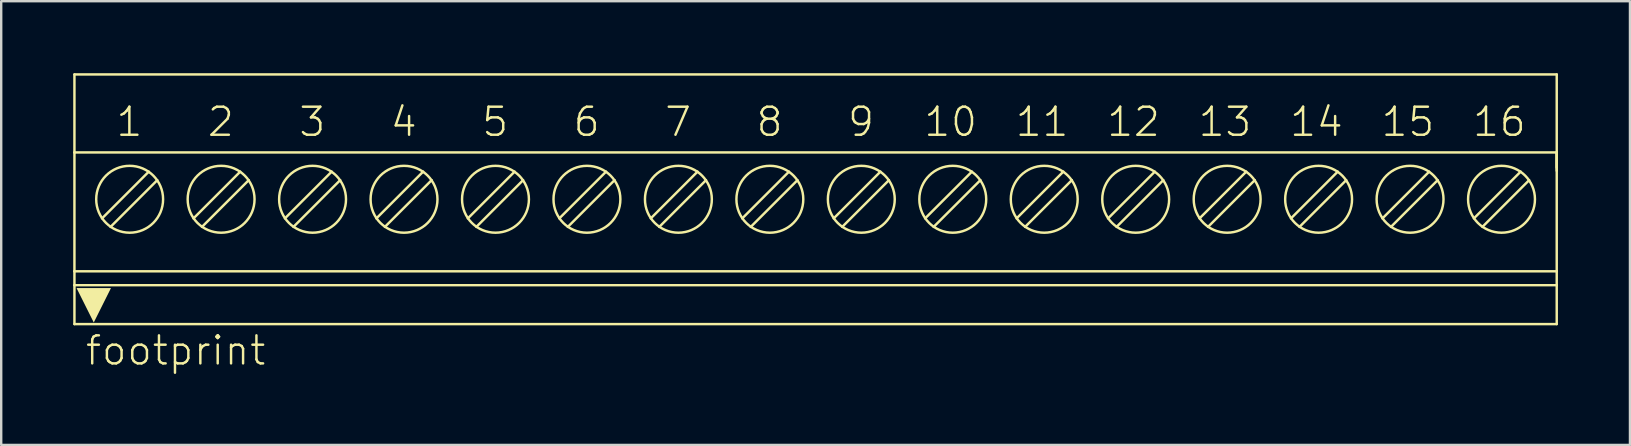
<source format=kicad_pcb>
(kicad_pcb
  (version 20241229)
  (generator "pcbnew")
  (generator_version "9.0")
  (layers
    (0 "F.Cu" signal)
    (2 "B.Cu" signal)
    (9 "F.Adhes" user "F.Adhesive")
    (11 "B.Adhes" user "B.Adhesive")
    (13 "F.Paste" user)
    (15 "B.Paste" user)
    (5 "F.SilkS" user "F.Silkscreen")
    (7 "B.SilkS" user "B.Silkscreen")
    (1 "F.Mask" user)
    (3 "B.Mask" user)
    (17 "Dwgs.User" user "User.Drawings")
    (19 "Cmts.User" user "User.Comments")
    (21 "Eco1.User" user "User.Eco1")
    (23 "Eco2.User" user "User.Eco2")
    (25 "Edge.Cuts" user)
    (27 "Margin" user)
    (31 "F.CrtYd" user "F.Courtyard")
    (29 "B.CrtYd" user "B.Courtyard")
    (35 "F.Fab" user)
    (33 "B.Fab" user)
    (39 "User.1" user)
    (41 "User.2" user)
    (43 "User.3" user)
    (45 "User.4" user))
  (footprint "footprint"
    (layer "F.Cu")
    (at 30.926 5.251)
    (property "Reference" "footprint" (at -30.48 6.985 0) (layer "F.SilkS") (effects (font (size 1.168 1.168) (thickness 0.102)) (justify left bottom)))
    (fp_line (start -30.875 -5.2) (end -30.875 -1.95) (stroke (width 0.102) (type solid)) (layer "F.SilkS"))
    (fp_line (start -30.875 -1.95) (end -30.875 3) (stroke (width 0.102) (type solid)) (layer "F.SilkS"))
    (fp_line (start -30.875 3) (end -30.875 3.58) (stroke (width 0.102) (type solid)) (layer "F.SilkS"))
    (fp_line (start -30.875 3) (end 30.875 3) (stroke (width 0.102) (type solid)) (layer "F.SilkS"))
    (fp_line (start -30.875 3.58) (end -30.875 5.2) (stroke (width 0.102) (type solid)) (layer "F.SilkS"))
    (fp_line (start -30.875 3.58) (end 30.875 3.58) (stroke (width 0.102) (type solid)) (layer "F.SilkS"))
    (fp_line (start -29.372 1.151) (end -27.424 -0.797) (stroke (width 0.102) (type solid)) (layer "F.SilkS"))
    (fp_line (start -27.778 -1.151) (end -29.726 0.797) (stroke (width 0.102) (type solid)) (layer "F.SilkS"))
    (fp_line (start -25.562 1.151) (end -23.614 -0.797) (stroke (width 0.102) (type solid)) (layer "F.SilkS"))
    (fp_line (start -23.968 -1.151) (end -25.916 0.797) (stroke (width 0.102) (type solid)) (layer "F.SilkS"))
    (fp_line (start -21.752 1.151) (end -19.804 -0.797) (stroke (width 0.102) (type solid)) (layer "F.SilkS"))
    (fp_line (start -20.158 -1.151) (end -22.106 0.797) (stroke (width 0.102) (type solid)) (layer "F.SilkS"))
    (fp_line (start -17.942 1.151) (end -15.994 -0.797) (stroke (width 0.102) (type solid)) (layer "F.SilkS"))
    (fp_line (start -16.348 -1.151) (end -18.296 0.797) (stroke (width 0.102) (type solid)) (layer "F.SilkS"))
    (fp_line (start -14.132 1.151) (end -12.184 -0.797) (stroke (width 0.102) (type solid)) (layer "F.SilkS"))
    (fp_line (start -12.538 -1.151) (end -14.486 0.797) (stroke (width 0.102) (type solid)) (layer "F.SilkS"))
    (fp_line (start -10.322 1.151) (end -8.374 -0.797) (stroke (width 0.102) (type solid)) (layer "F.SilkS"))
    (fp_line (start -8.728 -1.151) (end -10.676 0.797) (stroke (width 0.102) (type solid)) (layer "F.SilkS"))
    (fp_line (start -6.512 1.151) (end -4.564 -0.797) (stroke (width 0.102) (type solid)) (layer "F.SilkS"))
    (fp_line (start -4.918 -1.151) (end -6.866 0.797) (stroke (width 0.102) (type solid)) (layer "F.SilkS"))
    (fp_line (start -2.702 1.151) (end -0.754 -0.797) (stroke (width 0.102) (type solid)) (layer "F.SilkS"))
    (fp_line (start -1.108 -1.151) (end -3.056 0.797) (stroke (width 0.102) (type solid)) (layer "F.SilkS"))
    (fp_line (start 1.108 1.151) (end 3.056 -0.797) (stroke (width 0.102) (type solid)) (layer "F.SilkS"))
    (fp_line (start 2.702 -1.151) (end 0.754 0.797) (stroke (width 0.102) (type solid)) (layer "F.SilkS"))
    (fp_line (start 4.918 1.151) (end 6.866 -0.797) (stroke (width 0.102) (type solid)) (layer "F.SilkS"))
    (fp_line (start 6.512 -1.151) (end 4.564 0.797) (stroke (width 0.102) (type solid)) (layer "F.SilkS"))
    (fp_line (start 8.728 1.151) (end 10.676 -0.797) (stroke (width 0.102) (type solid)) (layer "F.SilkS"))
    (fp_line (start 10.322 -1.151) (end 8.374 0.797) (stroke (width 0.102) (type solid)) (layer "F.SilkS"))
    (fp_line (start 12.538 1.151) (end 14.486 -0.797) (stroke (width 0.102) (type solid)) (layer "F.SilkS"))
    (fp_line (start 14.132 -1.151) (end 12.184 0.797) (stroke (width 0.102) (type solid)) (layer "F.SilkS"))
    (fp_line (start 16.348 1.151) (end 18.296 -0.797) (stroke (width 0.102) (type solid)) (layer "F.SilkS"))
    (fp_line (start 17.942 -1.151) (end 15.994 0.797) (stroke (width 0.102) (type solid)) (layer "F.SilkS"))
    (fp_line (start 20.158 1.151) (end 22.106 -0.797) (stroke (width 0.102) (type solid)) (layer "F.SilkS"))
    (fp_line (start 21.752 -1.151) (end 19.804 0.797) (stroke (width 0.102) (type solid)) (layer "F.SilkS"))
    (fp_line (start 23.968 1.151) (end 25.916 -0.797) (stroke (width 0.102) (type solid)) (layer "F.SilkS"))
    (fp_line (start 25.562 -1.151) (end 23.614 0.797) (stroke (width 0.102) (type solid)) (layer "F.SilkS"))
    (fp_line (start 27.778 1.151) (end 29.726 -0.797) (stroke (width 0.102) (type solid)) (layer "F.SilkS"))
    (fp_line (start 29.372 -1.151) (end 27.424 0.797) (stroke (width 0.102) (type solid)) (layer "F.SilkS"))
    (fp_line (start 30.875 -5.2) (end -30.875 -5.2) (stroke (width 0.102) (type solid)) (layer "F.SilkS"))
    (fp_line (start 30.875 -1.95) (end -30.875 -1.95) (stroke (width 0.102) (type solid)) (layer "F.SilkS"))
    (fp_line (start 30.875 -1.95) (end 30.875 -5.2) (stroke (width 0.102) (type solid)) (layer "F.SilkS"))
    (fp_line (start 30.875 -1.95) (end 30.875 -1.317) (stroke (width 0.102) (type solid)) (layer "F.SilkS"))
    (fp_line (start 30.875 -1.95) (end 30.875 -1.186) (stroke (width 0.102) (type solid)) (layer "F.SilkS"))
    (fp_line (start 30.875 3) (end 30.875 -1.95) (stroke (width 0.102) (type solid)) (layer "F.SilkS"))
    (fp_line (start 30.875 3) (end 30.875 3.58) (stroke (width 0.102) (type solid)) (layer "F.SilkS"))
    (fp_line (start 30.875 3.58) (end 30.875 5.2) (stroke (width 0.102) (type solid)) (layer "F.SilkS"))
    (fp_line (start 30.875 5.2) (end -30.875 5.2) (stroke (width 0.102) (type solid)) (layer "F.SilkS"))
    (fp_circle (center -28.575 0) (end -27.182 0) (stroke (width 0.102) (type solid)) (fill no) (layer "F.SilkS"))
    (fp_circle (center -24.765 0) (end -23.372 0) (stroke (width 0.102) (type solid)) (fill no) (layer "F.SilkS"))
    (fp_circle (center -20.955 0) (end -19.562 0) (stroke (width 0.102) (type solid)) (fill no) (layer "F.SilkS"))
    (fp_circle (center -17.145 0) (end -15.752 0) (stroke (width 0.102) (type solid)) (fill no) (layer "F.SilkS"))
    (fp_circle (center -13.335 0) (end -11.942 0) (stroke (width 0.102) (type solid)) (fill no) (layer "F.SilkS"))
    (fp_circle (center -9.525 0) (end -8.132 0) (stroke (width 0.102) (type solid)) (fill no) (layer "F.SilkS"))
    (fp_circle (center -5.715 0) (end -4.322 0) (stroke (width 0.102) (type solid)) (fill no) (layer "F.SilkS"))
    (fp_circle (center -1.905 0) (end -0.512 0) (stroke (width 0.102) (type solid)) (fill no) (layer "F.SilkS"))
    (fp_circle (center 1.905 0) (end 3.298 0) (stroke (width 0.102) (type solid)) (fill no) (layer "F.SilkS"))
    (fp_circle (center 5.715 0) (end 7.108 0) (stroke (width 0.102) (type solid)) (fill no) (layer "F.SilkS"))
    (fp_circle (center 9.525 0) (end 10.918 0) (stroke (width 0.102) (type solid)) (fill no) (layer "F.SilkS"))
    (fp_circle (center 13.335 0) (end 14.728 0) (stroke (width 0.102) (type solid)) (fill no) (layer "F.SilkS"))
    (fp_circle (center 17.145 0) (end 18.538 0) (stroke (width 0.102) (type solid)) (fill no) (layer "F.SilkS"))
    (fp_circle (center 20.955 0) (end 22.348 0) (stroke (width 0.102) (type solid)) (fill no) (layer "F.SilkS"))
    (fp_circle (center 24.765 0) (end 26.158 0) (stroke (width 0.102) (type solid)) (fill no) (layer "F.SilkS"))
    (fp_circle (center 28.575 0) (end 29.968 0) (stroke (width 0.102) (type solid)) (fill no) (layer "F.SilkS"))
    (fp_poly (pts (xy -30.07 5.134) (xy -30.787 3.699) (xy -29.353 3.699)) (stroke (width 0) (type solid)) (fill yes) (layer "F.SilkS"))
    (fp_text user "13" (at 15.875 -2.54 0) (layer "F.SilkS") (effects (font (size 1.168 1.168) (thickness 0.102)) (justify left bottom)))
    (fp_text user "12" (at 12.065 -2.54 0) (layer "F.SilkS") (effects (font (size 1.168 1.168) (thickness 0.102)) (justify left bottom)))
    (fp_text user "15" (at 23.495 -2.54 0) (layer "F.SilkS") (effects (font (size 1.168 1.168) (thickness 0.102)) (justify left bottom)))
    (fp_text user "5" (at -13.97 -2.54 0) (layer "F.SilkS") (effects (font (size 1.168 1.168) (thickness 0.102)) (justify left bottom)))
    (fp_text user "1" (at -29.21 -2.54 0) (layer "F.SilkS") (effects (font (size 1.168 1.168) (thickness 0.102)) (justify left bottom)))
    (fp_text user "6" (at -10.16 -2.54 0) (layer "F.SilkS") (effects (font (size 1.168 1.168) (thickness 0.102)) (justify left bottom)))
    (fp_text user "16" (at 27.305 -2.54 0) (layer "F.SilkS") (effects (font (size 1.168 1.168) (thickness 0.102)) (justify left bottom)))
    (fp_text user "4" (at -17.78 -2.54 0) (layer "F.SilkS") (effects (font (size 1.168 1.168) (thickness 0.102)) (justify left bottom)))
    (fp_text user "11" (at 8.255 -2.54 0) (layer "F.SilkS") (effects (font (size 1.168 1.168) (thickness 0.102)) (justify left bottom)))
    (fp_text user "2" (at -25.4 -2.54 0) (layer "F.SilkS") (effects (font (size 1.168 1.168) (thickness 0.102)) (justify left bottom)))
    (fp_text user "14" (at 19.685 -2.54 0) (layer "F.SilkS") (effects (font (size 1.168 1.168) (thickness 0.102)) (justify left bottom)))
    (fp_text user "10" (at 4.445 -2.54 0) (layer "F.SilkS") (effects (font (size 1.168 1.168) (thickness 0.102)) (justify left bottom)))
    (fp_text user "8" (at -2.54 -2.54 0) (layer "F.SilkS") (effects (font (size 1.168 1.168) (thickness 0.102)) (justify left bottom)))
    (fp_text user "7" (at -6.35 -2.54 0) (layer "F.SilkS") (effects (font (size 1.168 1.168) (thickness 0.102)) (justify left bottom)))
    (fp_text user "3" (at -21.59 -2.54 0) (layer "F.SilkS") (effects (font (size 1.168 1.168) (thickness 0.102)) (justify left bottom)))
    (fp_text user "9" (at 1.27 -2.54 0) (layer "F.SilkS") (effects (font (size 1.168 1.168) (thickness 0.102)) (justify left bottom))))
  (gr_rect
    (start -3 -3)
    (end 64.852 15.486)
    (stroke (width 0.1) (type default))
    (fill no)
    (layer "Edge.Cuts")))
</source>
